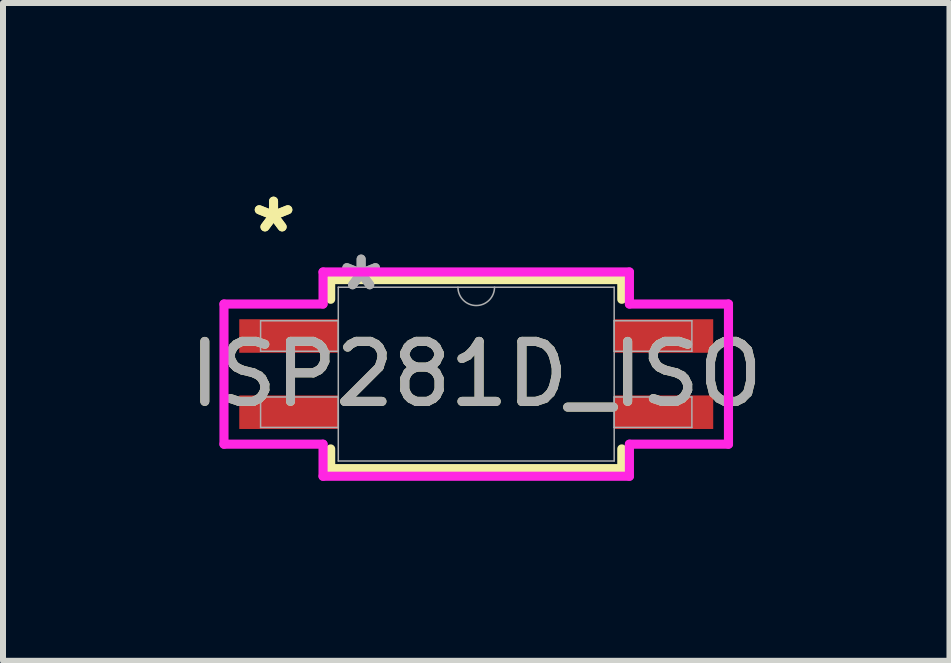
<source format=kicad_pcb>
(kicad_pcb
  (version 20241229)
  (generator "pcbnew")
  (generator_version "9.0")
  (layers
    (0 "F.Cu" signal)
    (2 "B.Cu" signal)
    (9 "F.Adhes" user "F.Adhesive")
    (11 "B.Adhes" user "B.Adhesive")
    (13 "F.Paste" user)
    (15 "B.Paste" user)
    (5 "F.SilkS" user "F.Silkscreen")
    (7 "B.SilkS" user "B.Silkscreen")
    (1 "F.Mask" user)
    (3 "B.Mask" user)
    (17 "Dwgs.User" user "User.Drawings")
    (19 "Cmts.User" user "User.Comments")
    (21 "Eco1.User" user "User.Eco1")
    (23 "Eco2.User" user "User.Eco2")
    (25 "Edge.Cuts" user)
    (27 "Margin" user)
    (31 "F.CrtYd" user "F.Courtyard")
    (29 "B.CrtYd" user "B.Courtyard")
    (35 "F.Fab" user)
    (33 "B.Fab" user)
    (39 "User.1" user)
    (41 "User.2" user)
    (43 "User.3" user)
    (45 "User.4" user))
  (footprint "ISP281D_ISO"
    (layer "F.Cu")
    (at 4.887 3.185)
    (property "Reference" "ISP281D_ISO" (at 0 0 0) (unlocked yes) (layer "F.SilkS") (effects (font (size 1 1) (thickness 0.15))))
    (attr smd)
    (fp_line (start -2.426 -1.575) (end -2.426 -1.247) (stroke (width 0.152) (type solid)) (layer "F.SilkS"))
    (fp_line (start -2.426 1.247) (end -2.426 1.575) (stroke (width 0.152) (type solid)) (layer "F.SilkS"))
    (fp_line (start -2.426 1.575) (end 2.426 1.575) (stroke (width 0.152) (type solid)) (layer "F.SilkS"))
    (fp_line (start 2.426 -1.575) (end -2.426 -1.575) (stroke (width 0.152) (type solid)) (layer "F.SilkS"))
    (fp_line (start 2.426 -1.247) (end 2.426 -1.575) (stroke (width 0.152) (type solid)) (layer "F.SilkS"))
    (fp_line (start 2.426 1.575) (end 2.426 1.247) (stroke (width 0.152) (type solid)) (layer "F.SilkS"))
    (fp_line (start -4.204 -1.168) (end -2.553 -1.168) (stroke (width 0.152) (type solid)) (layer "F.CrtYd"))
    (fp_line (start -4.204 1.168) (end -4.204 -1.168) (stroke (width 0.152) (type solid)) (layer "F.CrtYd"))
    (fp_line (start -4.204 1.168) (end -2.553 1.168) (stroke (width 0.152) (type solid)) (layer "F.CrtYd"))
    (fp_line (start -2.553 -1.702) (end 2.553 -1.702) (stroke (width 0.152) (type solid)) (layer "F.CrtYd"))
    (fp_line (start -2.553 -1.168) (end -2.553 -1.702) (stroke (width 0.152) (type solid)) (layer "F.CrtYd"))
    (fp_line (start -2.553 1.702) (end -2.553 1.168) (stroke (width 0.152) (type solid)) (layer "F.CrtYd"))
    (fp_line (start 2.553 -1.702) (end 2.553 -1.168) (stroke (width 0.152) (type solid)) (layer "F.CrtYd"))
    (fp_line (start 2.553 1.168) (end 2.553 1.702) (stroke (width 0.152) (type solid)) (layer "F.CrtYd"))
    (fp_line (start 2.553 1.702) (end -2.553 1.702) (stroke (width 0.152) (type solid)) (layer "F.CrtYd"))
    (fp_line (start 4.204 -1.168) (end 2.553 -1.168) (stroke (width 0.152) (type solid)) (layer "F.CrtYd"))
    (fp_line (start 4.204 -1.168) (end 4.204 1.168) (stroke (width 0.152) (type solid)) (layer "F.CrtYd"))
    (fp_line (start 4.204 1.168) (end 2.553 1.168) (stroke (width 0.152) (type solid)) (layer "F.CrtYd"))
    (fp_line (start -3.594 -0.889) (end -3.594 -0.381) (stroke (width 0.025) (type solid)) (layer "F.Fab"))
    (fp_line (start -3.594 -0.381) (end -2.299 -0.381) (stroke (width 0.025) (type solid)) (layer "F.Fab"))
    (fp_line (start -3.594 0.381) (end -3.594 0.889) (stroke (width 0.025) (type solid)) (layer "F.Fab"))
    (fp_line (start -3.594 0.889) (end -2.299 0.889) (stroke (width 0.025) (type solid)) (layer "F.Fab"))
    (fp_line (start -2.299 -1.448) (end -2.299 1.448) (stroke (width 0.025) (type solid)) (layer "F.Fab"))
    (fp_line (start -2.299 -0.889) (end -3.594 -0.889) (stroke (width 0.025) (type solid)) (layer "F.Fab"))
    (fp_line (start -2.299 -0.381) (end -2.299 -0.889) (stroke (width 0.025) (type solid)) (layer "F.Fab"))
    (fp_line (start -2.299 0.381) (end -3.594 0.381) (stroke (width 0.025) (type solid)) (layer "F.Fab"))
    (fp_line (start -2.299 0.889) (end -2.299 0.381) (stroke (width 0.025) (type solid)) (layer "F.Fab"))
    (fp_line (start -2.299 1.448) (end 2.299 1.448) (stroke (width 0.025) (type solid)) (layer "F.Fab"))
    (fp_line (start 2.299 -1.448) (end -2.299 -1.448) (stroke (width 0.025) (type solid)) (layer "F.Fab"))
    (fp_line (start 2.299 -0.889) (end 2.299 -0.381) (stroke (width 0.025) (type solid)) (layer "F.Fab"))
    (fp_line (start 2.299 -0.381) (end 3.594 -0.381) (stroke (width 0.025) (type solid)) (layer "F.Fab"))
    (fp_line (start 2.299 0.381) (end 2.299 0.889) (stroke (width 0.025) (type solid)) (layer "F.Fab"))
    (fp_line (start 2.299 0.889) (end 3.594 0.889) (stroke (width 0.025) (type solid)) (layer "F.Fab"))
    (fp_line (start 2.299 1.448) (end 2.299 -1.448) (stroke (width 0.025) (type solid)) (layer "F.Fab"))
    (fp_line (start 3.594 -0.889) (end 2.299 -0.889) (stroke (width 0.025) (type solid)) (layer "F.Fab"))
    (fp_line (start 3.594 -0.381) (end 3.594 -0.889) (stroke (width 0.025) (type solid)) (layer "F.Fab"))
    (fp_line (start 3.594 0.381) (end 2.299 0.381) (stroke (width 0.025) (type solid)) (layer "F.Fab"))
    (fp_line (start 3.594 0.889) (end 3.594 0.381) (stroke (width 0.025) (type solid)) (layer "F.Fab"))
    (fp_arc (start 0.3048 -1.4478) (mid 0 -1.143) (end -0.3048 -1.4478) (stroke (width 0.0254) (type solid)) (layer "F.Fab"))
    (fp_text user "*" (at -3.378 -2.337 0) (unlocked yes) (layer "F.SilkS") (effects (font (size 1 1) (thickness 0.15))))
    (fp_text user "*" (at -3.378 -2.337 0) (layer "F.SilkS") (effects (font (size 1 1) (thickness 0.15))))
    (fp_text user "${REFERENCE}" (at 0 0 0) (unlocked yes) (layer "F.Fab") (effects (font (size 1 1) (thickness 0.15))))
    (fp_text user "*" (at -1.918 -1.372 0) (layer "F.Fab") (effects (font (size 1 1) (thickness 0.15))))
    (fp_text user "*" (at -1.918 -1.372 0) (unlocked yes) (layer "F.Fab") (effects (font (size 1 1) (thickness 0.15))))
    (pad "1" smd rect (at -3.124 -0.635) (size 1.651 0.559) (layers "F.Cu" "F.Mask" "F.Paste"))
    (pad "2" smd rect (at -3.124 0.635) (size 1.651 0.559) (layers "F.Cu" "F.Mask" "F.Paste"))
    (pad "3" smd rect (at 3.124 0.635) (size 1.651 0.559) (layers "F.Cu" "F.Mask" "F.Paste"))
    (pad "4" smd rect (at 3.124 -0.635) (size 1.651 0.559) (layers "F.Cu" "F.Mask" "F.Paste")))
  (gr_rect
    (start -3 -3)
    (end 12.774 7.963)
    (stroke (width 0.1) (type default))
    (fill no)
    (layer "Edge.Cuts")))
</source>
